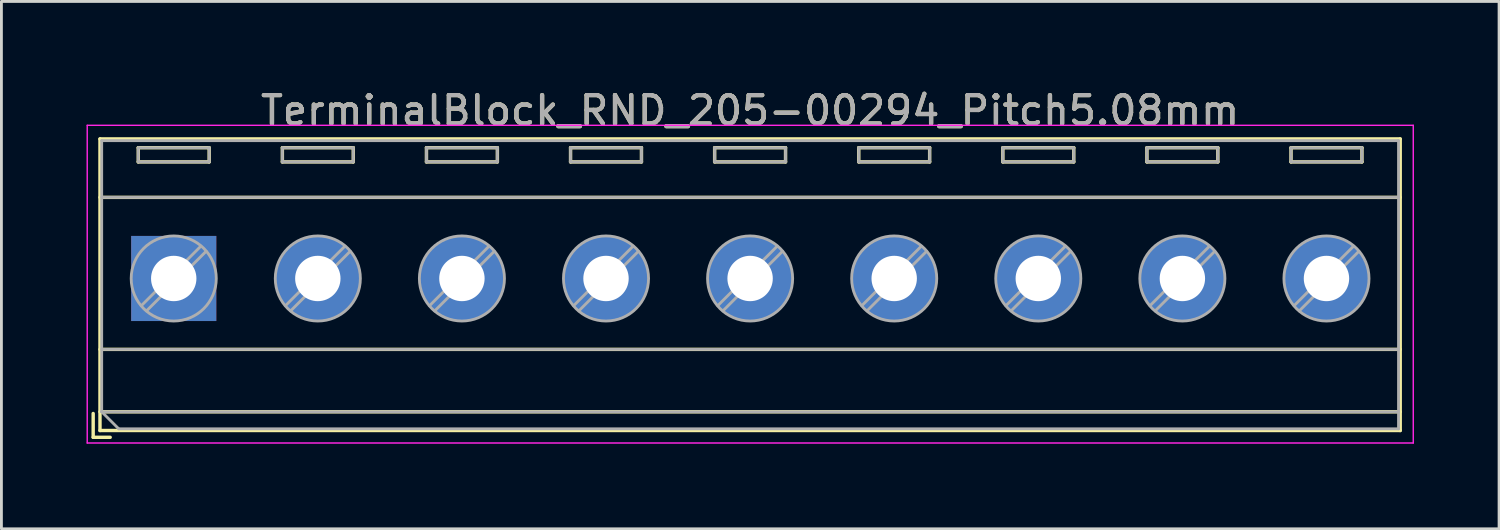
<source format=kicad_pcb>
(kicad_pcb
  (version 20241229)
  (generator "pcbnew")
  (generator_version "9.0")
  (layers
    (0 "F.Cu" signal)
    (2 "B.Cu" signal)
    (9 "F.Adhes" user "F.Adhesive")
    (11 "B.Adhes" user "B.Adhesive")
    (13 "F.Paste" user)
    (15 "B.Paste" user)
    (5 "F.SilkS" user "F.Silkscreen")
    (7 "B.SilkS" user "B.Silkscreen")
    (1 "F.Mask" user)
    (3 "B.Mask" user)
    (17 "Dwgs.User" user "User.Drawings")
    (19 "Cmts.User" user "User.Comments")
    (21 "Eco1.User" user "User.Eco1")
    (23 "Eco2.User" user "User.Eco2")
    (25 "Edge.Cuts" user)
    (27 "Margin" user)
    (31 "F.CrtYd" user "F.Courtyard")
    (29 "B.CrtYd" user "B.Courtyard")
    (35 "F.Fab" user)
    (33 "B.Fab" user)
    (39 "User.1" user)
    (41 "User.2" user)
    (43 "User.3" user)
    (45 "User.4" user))
  (footprint "TerminalBlock_RND_205-00294_Pitch5.08mm"
    (layer "F.Cu")
    (at 3.075 6.768)
    (property "Reference" "TerminalBlock_RND_205-00294_Pitch5.08mm" (at 20.32 -5.92 0) (layer "F.SilkS") (effects (font (size 1 1) (thickness 0.15))))
    (attr through_hole)
    (fp_line (start -2.84 4.76) (end -2.84 5.6) (stroke (width 0.12) (type solid)) (layer "F.SilkS"))
    (fp_line (start -2.84 5.6) (end -2.24 5.6) (stroke (width 0.12) (type solid)) (layer "F.SilkS"))
    (fp_line (start -2.6 -4.92) (end -2.6 5.36) (stroke (width 0.12) (type solid)) (layer "F.SilkS"))
    (fp_line (start -2.6 -2.86) (end 43.24 -2.86) (stroke (width 0.12) (type solid)) (layer "F.SilkS"))
    (fp_line (start -2.6 2.5) (end 43.24 2.5) (stroke (width 0.12) (type solid)) (layer "F.SilkS"))
    (fp_line (start -2.6 4.7) (end 43.24 4.7) (stroke (width 0.12) (type solid)) (layer "F.SilkS"))
    (fp_line (start -2.6 5.36) (end 43.24 5.36) (stroke (width 0.12) (type solid)) (layer "F.SilkS"))
    (fp_line (start -1.25 -4.61) (end -1.25 -4.11) (stroke (width 0.12) (type solid)) (layer "F.SilkS"))
    (fp_line (start -1.25 -4.61) (end 1.25 -4.61) (stroke (width 0.12) (type solid)) (layer "F.SilkS"))
    (fp_line (start -1.25 -4.11) (end 1.25 -4.11) (stroke (width 0.12) (type solid)) (layer "F.SilkS"))
    (fp_line (start 1.25 -4.61) (end 1.25 -4.11) (stroke (width 0.12) (type solid)) (layer "F.SilkS"))
    (fp_line (start 3.83 -4.61) (end 3.83 -4.11) (stroke (width 0.12) (type solid)) (layer "F.SilkS"))
    (fp_line (start 3.83 -4.61) (end 6.33 -4.61) (stroke (width 0.12) (type solid)) (layer "F.SilkS"))
    (fp_line (start 3.83 -4.11) (end 6.33 -4.11) (stroke (width 0.12) (type solid)) (layer "F.SilkS"))
    (fp_line (start 6.33 -4.61) (end 6.33 -4.11) (stroke (width 0.12) (type solid)) (layer "F.SilkS"))
    (fp_line (start 8.91 -4.61) (end 8.91 -4.11) (stroke (width 0.12) (type solid)) (layer "F.SilkS"))
    (fp_line (start 8.91 -4.61) (end 11.41 -4.61) (stroke (width 0.12) (type solid)) (layer "F.SilkS"))
    (fp_line (start 8.91 -4.11) (end 11.41 -4.11) (stroke (width 0.12) (type solid)) (layer "F.SilkS"))
    (fp_line (start 11.41 -4.61) (end 11.41 -4.11) (stroke (width 0.12) (type solid)) (layer "F.SilkS"))
    (fp_line (start 13.99 -4.61) (end 13.99 -4.11) (stroke (width 0.12) (type solid)) (layer "F.SilkS"))
    (fp_line (start 13.99 -4.61) (end 16.49 -4.61) (stroke (width 0.12) (type solid)) (layer "F.SilkS"))
    (fp_line (start 13.99 -4.11) (end 16.49 -4.11) (stroke (width 0.12) (type solid)) (layer "F.SilkS"))
    (fp_line (start 16.49 -4.61) (end 16.49 -4.11) (stroke (width 0.12) (type solid)) (layer "F.SilkS"))
    (fp_line (start 19.07 -4.61) (end 19.07 -4.11) (stroke (width 0.12) (type solid)) (layer "F.SilkS"))
    (fp_line (start 19.07 -4.61) (end 21.57 -4.61) (stroke (width 0.12) (type solid)) (layer "F.SilkS"))
    (fp_line (start 19.07 -4.11) (end 21.57 -4.11) (stroke (width 0.12) (type solid)) (layer "F.SilkS"))
    (fp_line (start 21.57 -4.61) (end 21.57 -4.11) (stroke (width 0.12) (type solid)) (layer "F.SilkS"))
    (fp_line (start 24.15 -4.61) (end 24.15 -4.11) (stroke (width 0.12) (type solid)) (layer "F.SilkS"))
    (fp_line (start 24.15 -4.61) (end 26.65 -4.61) (stroke (width 0.12) (type solid)) (layer "F.SilkS"))
    (fp_line (start 24.15 -4.11) (end 26.65 -4.11) (stroke (width 0.12) (type solid)) (layer "F.SilkS"))
    (fp_line (start 26.65 -4.61) (end 26.65 -4.11) (stroke (width 0.12) (type solid)) (layer "F.SilkS"))
    (fp_line (start 29.23 -4.61) (end 29.23 -4.11) (stroke (width 0.12) (type solid)) (layer "F.SilkS"))
    (fp_line (start 29.23 -4.61) (end 31.73 -4.61) (stroke (width 0.12) (type solid)) (layer "F.SilkS"))
    (fp_line (start 29.23 -4.11) (end 31.73 -4.11) (stroke (width 0.12) (type solid)) (layer "F.SilkS"))
    (fp_line (start 31.73 -4.61) (end 31.73 -4.11) (stroke (width 0.12) (type solid)) (layer "F.SilkS"))
    (fp_line (start 34.31 -4.61) (end 34.31 -4.11) (stroke (width 0.12) (type solid)) (layer "F.SilkS"))
    (fp_line (start 34.31 -4.61) (end 36.81 -4.61) (stroke (width 0.12) (type solid)) (layer "F.SilkS"))
    (fp_line (start 34.31 -4.11) (end 36.81 -4.11) (stroke (width 0.12) (type solid)) (layer "F.SilkS"))
    (fp_line (start 36.81 -4.61) (end 36.81 -4.11) (stroke (width 0.12) (type solid)) (layer "F.SilkS"))
    (fp_line (start 39.39 -4.61) (end 39.39 -4.11) (stroke (width 0.12) (type solid)) (layer "F.SilkS"))
    (fp_line (start 39.39 -4.61) (end 41.89 -4.61) (stroke (width 0.12) (type solid)) (layer "F.SilkS"))
    (fp_line (start 39.39 -4.11) (end 41.89 -4.11) (stroke (width 0.12) (type solid)) (layer "F.SilkS"))
    (fp_line (start 41.89 -4.61) (end 41.89 -4.11) (stroke (width 0.12) (type solid)) (layer "F.SilkS"))
    (fp_line (start 43.24 -4.92) (end -2.6 -4.92) (stroke (width 0.12) (type solid)) (layer "F.SilkS"))
    (fp_line (start 43.24 5.36) (end 43.24 -4.92) (stroke (width 0.12) (type solid)) (layer "F.SilkS"))
    (fp_line (start -3.05 -5.4) (end -3.05 5.8) (stroke (width 0.05) (type solid)) (layer "F.CrtYd"))
    (fp_line (start -3.05 5.8) (end 43.7 5.8) (stroke (width 0.05) (type solid)) (layer "F.CrtYd"))
    (fp_line (start 43.7 -5.4) (end -3.05 -5.4) (stroke (width 0.05) (type solid)) (layer "F.CrtYd"))
    (fp_line (start 43.7 5.8) (end 43.7 -5.4) (stroke (width 0.05) (type solid)) (layer "F.CrtYd"))
    (fp_line (start -2.54 -4.86) (end 43.18 -4.86) (stroke (width 0.1) (type solid)) (layer "F.Fab"))
    (fp_line (start -2.54 -2.86) (end 43.18 -2.86) (stroke (width 0.1) (type solid)) (layer "F.Fab"))
    (fp_line (start -2.54 2.5) (end 43.18 2.5) (stroke (width 0.1) (type solid)) (layer "F.Fab"))
    (fp_line (start -2.54 4.7) (end -2.54 -4.86) (stroke (width 0.1) (type solid)) (layer "F.Fab"))
    (fp_line (start -2.54 4.7) (end 43.18 4.7) (stroke (width 0.1) (type solid)) (layer "F.Fab"))
    (fp_line (start -1.94 5.3) (end -2.54 4.7) (stroke (width 0.1) (type solid)) (layer "F.Fab"))
    (fp_line (start -1.25 -4.61) (end -1.25 -4.11) (stroke (width 0.1) (type solid)) (layer "F.Fab"))
    (fp_line (start -1.25 -4.11) (end 1.25 -4.11) (stroke (width 0.1) (type solid)) (layer "F.Fab"))
    (fp_line (start 0.955 -1.138) (end -1.138 0.955) (stroke (width 0.1) (type solid)) (layer "F.Fab"))
    (fp_line (start 1.138 -0.955) (end -0.955 1.138) (stroke (width 0.1) (type solid)) (layer "F.Fab"))
    (fp_line (start 1.25 -4.61) (end -1.25 -4.61) (stroke (width 0.1) (type solid)) (layer "F.Fab"))
    (fp_line (start 1.25 -4.11) (end 1.25 -4.61) (stroke (width 0.1) (type solid)) (layer "F.Fab"))
    (fp_line (start 3.83 -4.61) (end 3.83 -4.11) (stroke (width 0.1) (type solid)) (layer "F.Fab"))
    (fp_line (start 3.83 -4.11) (end 6.33 -4.11) (stroke (width 0.1) (type solid)) (layer "F.Fab"))
    (fp_line (start 6.035 -1.138) (end 3.943 0.955) (stroke (width 0.1) (type solid)) (layer "F.Fab"))
    (fp_line (start 6.218 -0.955) (end 4.126 1.138) (stroke (width 0.1) (type solid)) (layer "F.Fab"))
    (fp_line (start 6.33 -4.61) (end 3.83 -4.61) (stroke (width 0.1) (type solid)) (layer "F.Fab"))
    (fp_line (start 6.33 -4.11) (end 6.33 -4.61) (stroke (width 0.1) (type solid)) (layer "F.Fab"))
    (fp_line (start 8.91 -4.61) (end 8.91 -4.11) (stroke (width 0.1) (type solid)) (layer "F.Fab"))
    (fp_line (start 8.91 -4.11) (end 11.41 -4.11) (stroke (width 0.1) (type solid)) (layer "F.Fab"))
    (fp_line (start 11.115 -1.138) (end 9.023 0.955) (stroke (width 0.1) (type solid)) (layer "F.Fab"))
    (fp_line (start 11.298 -0.955) (end 9.206 1.138) (stroke (width 0.1) (type solid)) (layer "F.Fab"))
    (fp_line (start 11.41 -4.61) (end 8.91 -4.61) (stroke (width 0.1) (type solid)) (layer "F.Fab"))
    (fp_line (start 11.41 -4.11) (end 11.41 -4.61) (stroke (width 0.1) (type solid)) (layer "F.Fab"))
    (fp_line (start 13.99 -4.61) (end 13.99 -4.11) (stroke (width 0.1) (type solid)) (layer "F.Fab"))
    (fp_line (start 13.99 -4.11) (end 16.49 -4.11) (stroke (width 0.1) (type solid)) (layer "F.Fab"))
    (fp_line (start 16.195 -1.138) (end 14.103 0.955) (stroke (width 0.1) (type solid)) (layer "F.Fab"))
    (fp_line (start 16.378 -0.955) (end 14.286 1.138) (stroke (width 0.1) (type solid)) (layer "F.Fab"))
    (fp_line (start 16.49 -4.61) (end 13.99 -4.61) (stroke (width 0.1) (type solid)) (layer "F.Fab"))
    (fp_line (start 16.49 -4.11) (end 16.49 -4.61) (stroke (width 0.1) (type solid)) (layer "F.Fab"))
    (fp_line (start 19.07 -4.61) (end 19.07 -4.11) (stroke (width 0.1) (type solid)) (layer "F.Fab"))
    (fp_line (start 19.07 -4.11) (end 21.57 -4.11) (stroke (width 0.1) (type solid)) (layer "F.Fab"))
    (fp_line (start 21.275 -1.138) (end 19.183 0.955) (stroke (width 0.1) (type solid)) (layer "F.Fab"))
    (fp_line (start 21.458 -0.955) (end 19.366 1.138) (stroke (width 0.1) (type solid)) (layer "F.Fab"))
    (fp_line (start 21.57 -4.61) (end 19.07 -4.61) (stroke (width 0.1) (type solid)) (layer "F.Fab"))
    (fp_line (start 21.57 -4.11) (end 21.57 -4.61) (stroke (width 0.1) (type solid)) (layer "F.Fab"))
    (fp_line (start 24.15 -4.61) (end 24.15 -4.11) (stroke (width 0.1) (type solid)) (layer "F.Fab"))
    (fp_line (start 24.15 -4.11) (end 26.65 -4.11) (stroke (width 0.1) (type solid)) (layer "F.Fab"))
    (fp_line (start 26.355 -1.138) (end 24.263 0.955) (stroke (width 0.1) (type solid)) (layer "F.Fab"))
    (fp_line (start 26.538 -0.955) (end 24.446 1.138) (stroke (width 0.1) (type solid)) (layer "F.Fab"))
    (fp_line (start 26.65 -4.61) (end 24.15 -4.61) (stroke (width 0.1) (type solid)) (layer "F.Fab"))
    (fp_line (start 26.65 -4.11) (end 26.65 -4.61) (stroke (width 0.1) (type solid)) (layer "F.Fab"))
    (fp_line (start 29.23 -4.61) (end 29.23 -4.11) (stroke (width 0.1) (type solid)) (layer "F.Fab"))
    (fp_line (start 29.23 -4.11) (end 31.73 -4.11) (stroke (width 0.1) (type solid)) (layer "F.Fab"))
    (fp_line (start 31.435 -1.138) (end 29.343 0.955) (stroke (width 0.1) (type solid)) (layer "F.Fab"))
    (fp_line (start 31.618 -0.955) (end 29.526 1.138) (stroke (width 0.1) (type solid)) (layer "F.Fab"))
    (fp_line (start 31.73 -4.61) (end 29.23 -4.61) (stroke (width 0.1) (type solid)) (layer "F.Fab"))
    (fp_line (start 31.73 -4.11) (end 31.73 -4.61) (stroke (width 0.1) (type solid)) (layer "F.Fab"))
    (fp_line (start 34.31 -4.61) (end 34.31 -4.11) (stroke (width 0.1) (type solid)) (layer "F.Fab"))
    (fp_line (start 34.31 -4.11) (end 36.81 -4.11) (stroke (width 0.1) (type solid)) (layer "F.Fab"))
    (fp_line (start 36.515 -1.138) (end 34.423 0.955) (stroke (width 0.1) (type solid)) (layer "F.Fab"))
    (fp_line (start 36.698 -0.955) (end 34.606 1.138) (stroke (width 0.1) (type solid)) (layer "F.Fab"))
    (fp_line (start 36.81 -4.61) (end 34.31 -4.61) (stroke (width 0.1) (type solid)) (layer "F.Fab"))
    (fp_line (start 36.81 -4.11) (end 36.81 -4.61) (stroke (width 0.1) (type solid)) (layer "F.Fab"))
    (fp_line (start 39.39 -4.61) (end 39.39 -4.11) (stroke (width 0.1) (type solid)) (layer "F.Fab"))
    (fp_line (start 39.39 -4.11) (end 41.89 -4.11) (stroke (width 0.1) (type solid)) (layer "F.Fab"))
    (fp_line (start 41.595 -1.138) (end 39.503 0.955) (stroke (width 0.1) (type solid)) (layer "F.Fab"))
    (fp_line (start 41.778 -0.955) (end 39.686 1.138) (stroke (width 0.1) (type solid)) (layer "F.Fab"))
    (fp_line (start 41.89 -4.61) (end 39.39 -4.61) (stroke (width 0.1) (type solid)) (layer "F.Fab"))
    (fp_line (start 41.89 -4.11) (end 41.89 -4.61) (stroke (width 0.1) (type solid)) (layer "F.Fab"))
    (fp_line (start 43.18 -4.86) (end 43.18 5.3) (stroke (width 0.1) (type solid)) (layer "F.Fab"))
    (fp_line (start 43.18 5.3) (end -1.94 5.3) (stroke (width 0.1) (type solid)) (layer "F.Fab"))
    (fp_circle (center 0 0) (end 1.5 0) (stroke (width 0.1) (type solid)) (fill no) (layer "F.Fab"))
    (fp_circle (center 5.08 0) (end 6.58 0) (stroke (width 0.1) (type solid)) (fill no) (layer "F.Fab"))
    (fp_circle (center 10.16 0) (end 11.66 0) (stroke (width 0.1) (type solid)) (fill no) (layer "F.Fab"))
    (fp_circle (center 15.24 0) (end 16.74 0) (stroke (width 0.1) (type solid)) (fill no) (layer "F.Fab"))
    (fp_circle (center 20.32 0) (end 21.82 0) (stroke (width 0.1) (type solid)) (fill no) (layer "F.Fab"))
    (fp_circle (center 25.4 0) (end 26.9 0) (stroke (width 0.1) (type solid)) (fill no) (layer "F.Fab"))
    (fp_circle (center 30.48 0) (end 31.98 0) (stroke (width 0.1) (type solid)) (fill no) (layer "F.Fab"))
    (fp_circle (center 35.56 0) (end 37.06 0) (stroke (width 0.1) (type solid)) (fill no) (layer "F.Fab"))
    (fp_circle (center 40.64 0) (end 42.14 0) (stroke (width 0.1) (type solid)) (fill no) (layer "F.Fab"))
    (fp_text user "${REFERENCE}" (at 20.32 -5.92 0) (layer "F.Fab") (effects (font (size 1 1) (thickness 0.15))))
    (pad "1" thru_hole rect (at 0 0) (size 3 3) (drill 1.6) (layers "*.Cu" "*.Mask"))
    (pad "2" thru_hole oval (at 5.08 0) (size 3 3) (drill 1.6) (layers "*.Cu" "*.Mask"))
    (pad "3" thru_hole oval (at 10.16 0) (size 3 3) (drill 1.6) (layers "*.Cu" "*.Mask"))
    (pad "4" thru_hole oval (at 15.24 0) (size 3 3) (drill 1.6) (layers "*.Cu" "*.Mask"))
    (pad "5" thru_hole oval (at 20.32 0) (size 3 3) (drill 1.6) (layers "*.Cu" "*.Mask"))
    (pad "6" thru_hole oval (at 25.4 0) (size 3 3) (drill 1.6) (layers "*.Cu" "*.Mask"))
    (pad "7" thru_hole oval (at 30.48 0) (size 3 3) (drill 1.6) (layers "*.Cu" "*.Mask"))
    (pad "8" thru_hole oval (at 35.56 0) (size 3 3) (drill 1.6) (layers "*.Cu" "*.Mask"))
    (pad "9" thru_hole oval (at 40.64 0) (size 3 3) (drill 1.6) (layers "*.Cu" "*.Mask")))
  (gr_rect
    (start -3 -3)
    (end 49.8 15.593)
    (stroke (width 0.1) (type default))
    (fill no)
    (layer "Edge.Cuts")))
</source>
